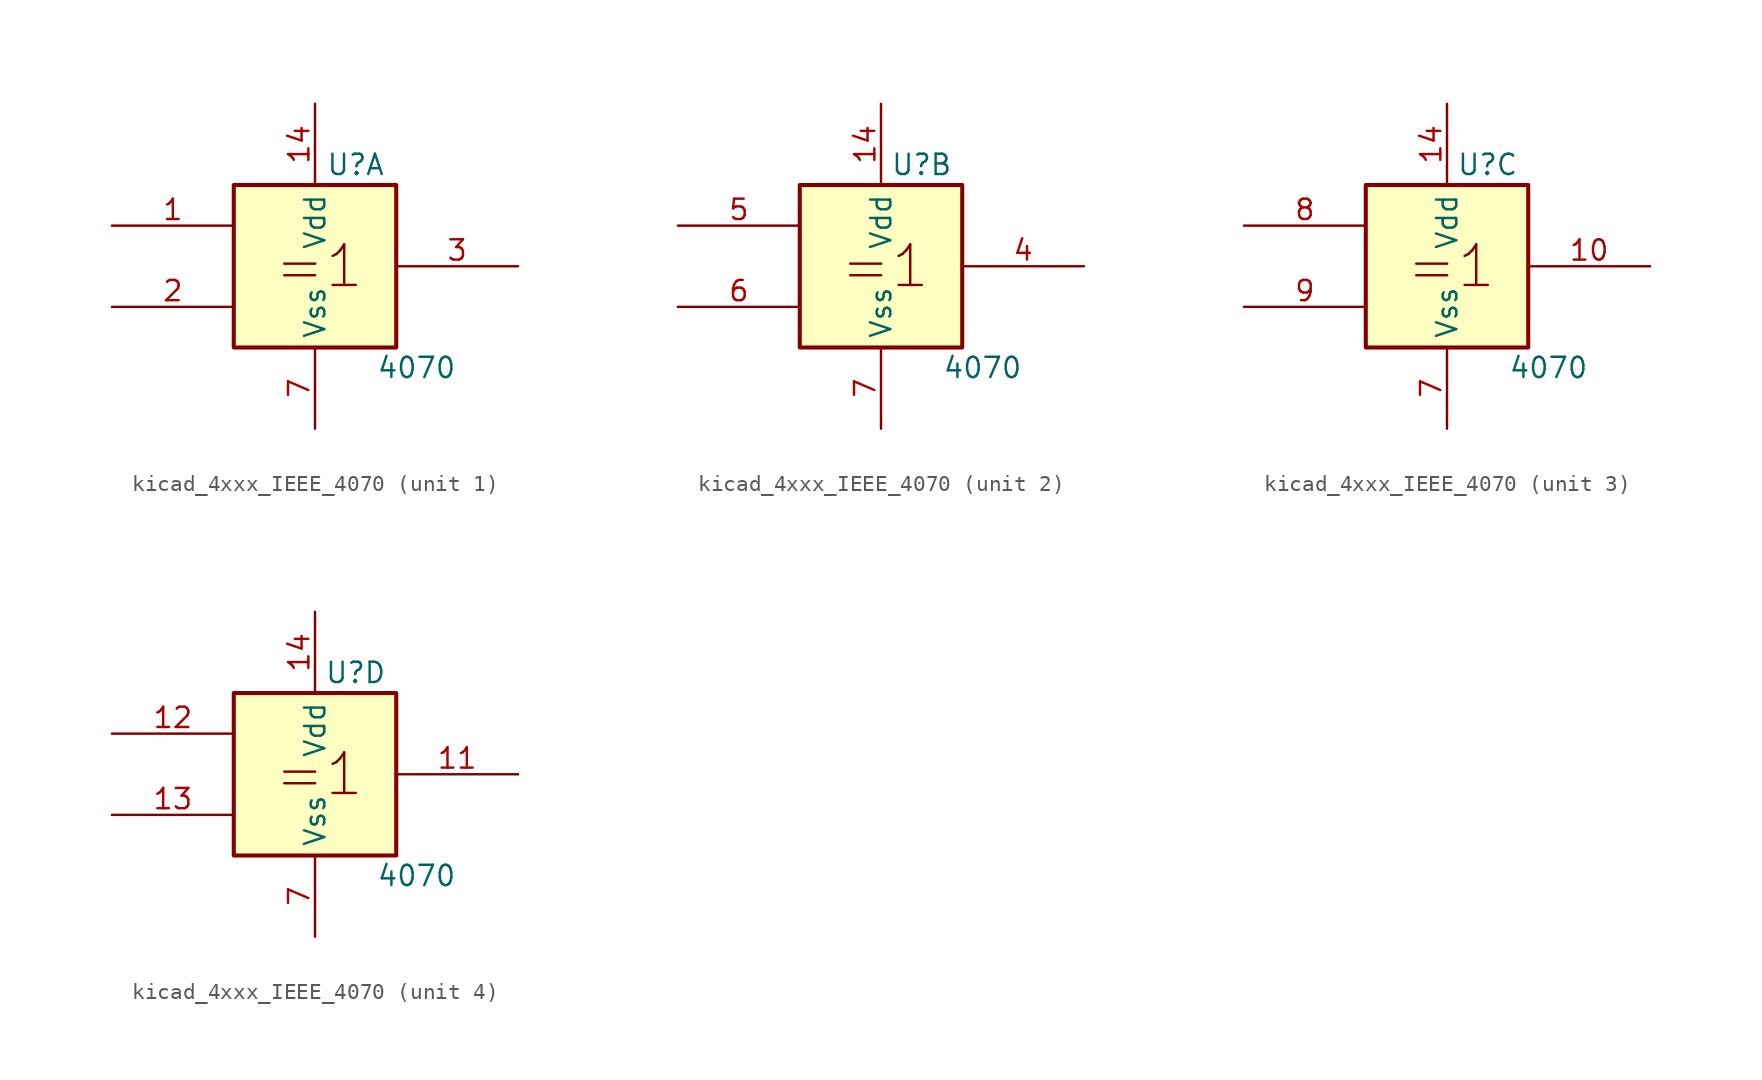
<source format=kicad_sym>
(kicad_symbol_lib
  (version 20220914)
  (generator kicad_symbol_editor)
  (symbol "kicad_4xxx_IEEE_4070"
    (property "Reference" "U"
      (at 2.54 6.35 0)
      (effects (font (size 1.27 1.27))))
    (property "Value" "4070"
      (at 6.35 -6.35 0)
      (effects (font (size 1.27 1.27))))
    (symbol "kicad_4xxx_IEEE_4070_0_0"
      (rectangle (start -5.08 5.08) (end 5.08 -5.08) (stroke (width 0.254) (type default)) (fill (type background)))
      (text "=1" (at 0.254 0 0) (effects (font (size 2.54 2.54))))
      (pin power_in line (at 0 10.16 270) (length 5.08) (name "Vdd" (effects (font (size 1.27 1.27)))) (number "14" (effects (font (size 1.27 1.27)))))
      (pin power_in line (at 0 -10.16 90) (length 5.08) (name "Vss" (effects (font (size 1.27 1.27)))) (number "7" (effects (font (size 1.27 1.27))))))
    (symbol "kicad_4xxx_IEEE_4070_1_1"
      (pin input line (at -12.7 2.54 0) (length 7.62) (name "~" (effects (font (size 1.27 1.27)))) (number "1" (effects (font (size 1.27 1.27)))))
      (pin input line (at -12.7 -2.54 0) (length 7.62) (name "~" (effects (font (size 1.27 1.27)))) (number "2" (effects (font (size 1.27 1.27)))))
      (pin output line (at 12.7 0 180) (length 7.62) (name "~" (effects (font (size 1.27 1.27)))) (number "3" (effects (font (size 1.27 1.27))))))
    (symbol "kicad_4xxx_IEEE_4070_2_1"
      (pin output line (at 12.7 0 180) (length 7.62) (name "~" (effects (font (size 1.27 1.27)))) (number "4" (effects (font (size 1.27 1.27)))))
      (pin input line (at -12.7 2.54 0) (length 7.62) (name "~" (effects (font (size 1.27 1.27)))) (number "5" (effects (font (size 1.27 1.27)))))
      (pin input line (at -12.7 -2.54 0) (length 7.62) (name "~" (effects (font (size 1.27 1.27)))) (number "6" (effects (font (size 1.27 1.27))))))
    (symbol "kicad_4xxx_IEEE_4070_3_1"
      (pin output line (at 12.7 0 180) (length 7.62) (name "~" (effects (font (size 1.27 1.27)))) (number "10" (effects (font (size 1.27 1.27)))))
      (pin input line (at -12.7 2.54 0) (length 7.62) (name "~" (effects (font (size 1.27 1.27)))) (number "8" (effects (font (size 1.27 1.27)))))
      (pin input line (at -12.7 -2.54 0) (length 7.62) (name "~" (effects (font (size 1.27 1.27)))) (number "9" (effects (font (size 1.27 1.27))))))
    (symbol "kicad_4xxx_IEEE_4070_4_1"
      (pin output line (at 12.7 0 180) (length 7.62) (name "~" (effects (font (size 1.27 1.27)))) (number "11" (effects (font (size 1.27 1.27)))))
      (pin input line (at -12.7 2.54 0) (length 7.62) (name "~" (effects (font (size 1.27 1.27)))) (number "12" (effects (font (size 1.27 1.27)))))
      (pin input line (at -12.7 -2.54 0) (length 7.62) (name "~" (effects (font (size 1.27 1.27)))) (number "13" (effects (font (size 1.27 1.27))))))))
</source>
